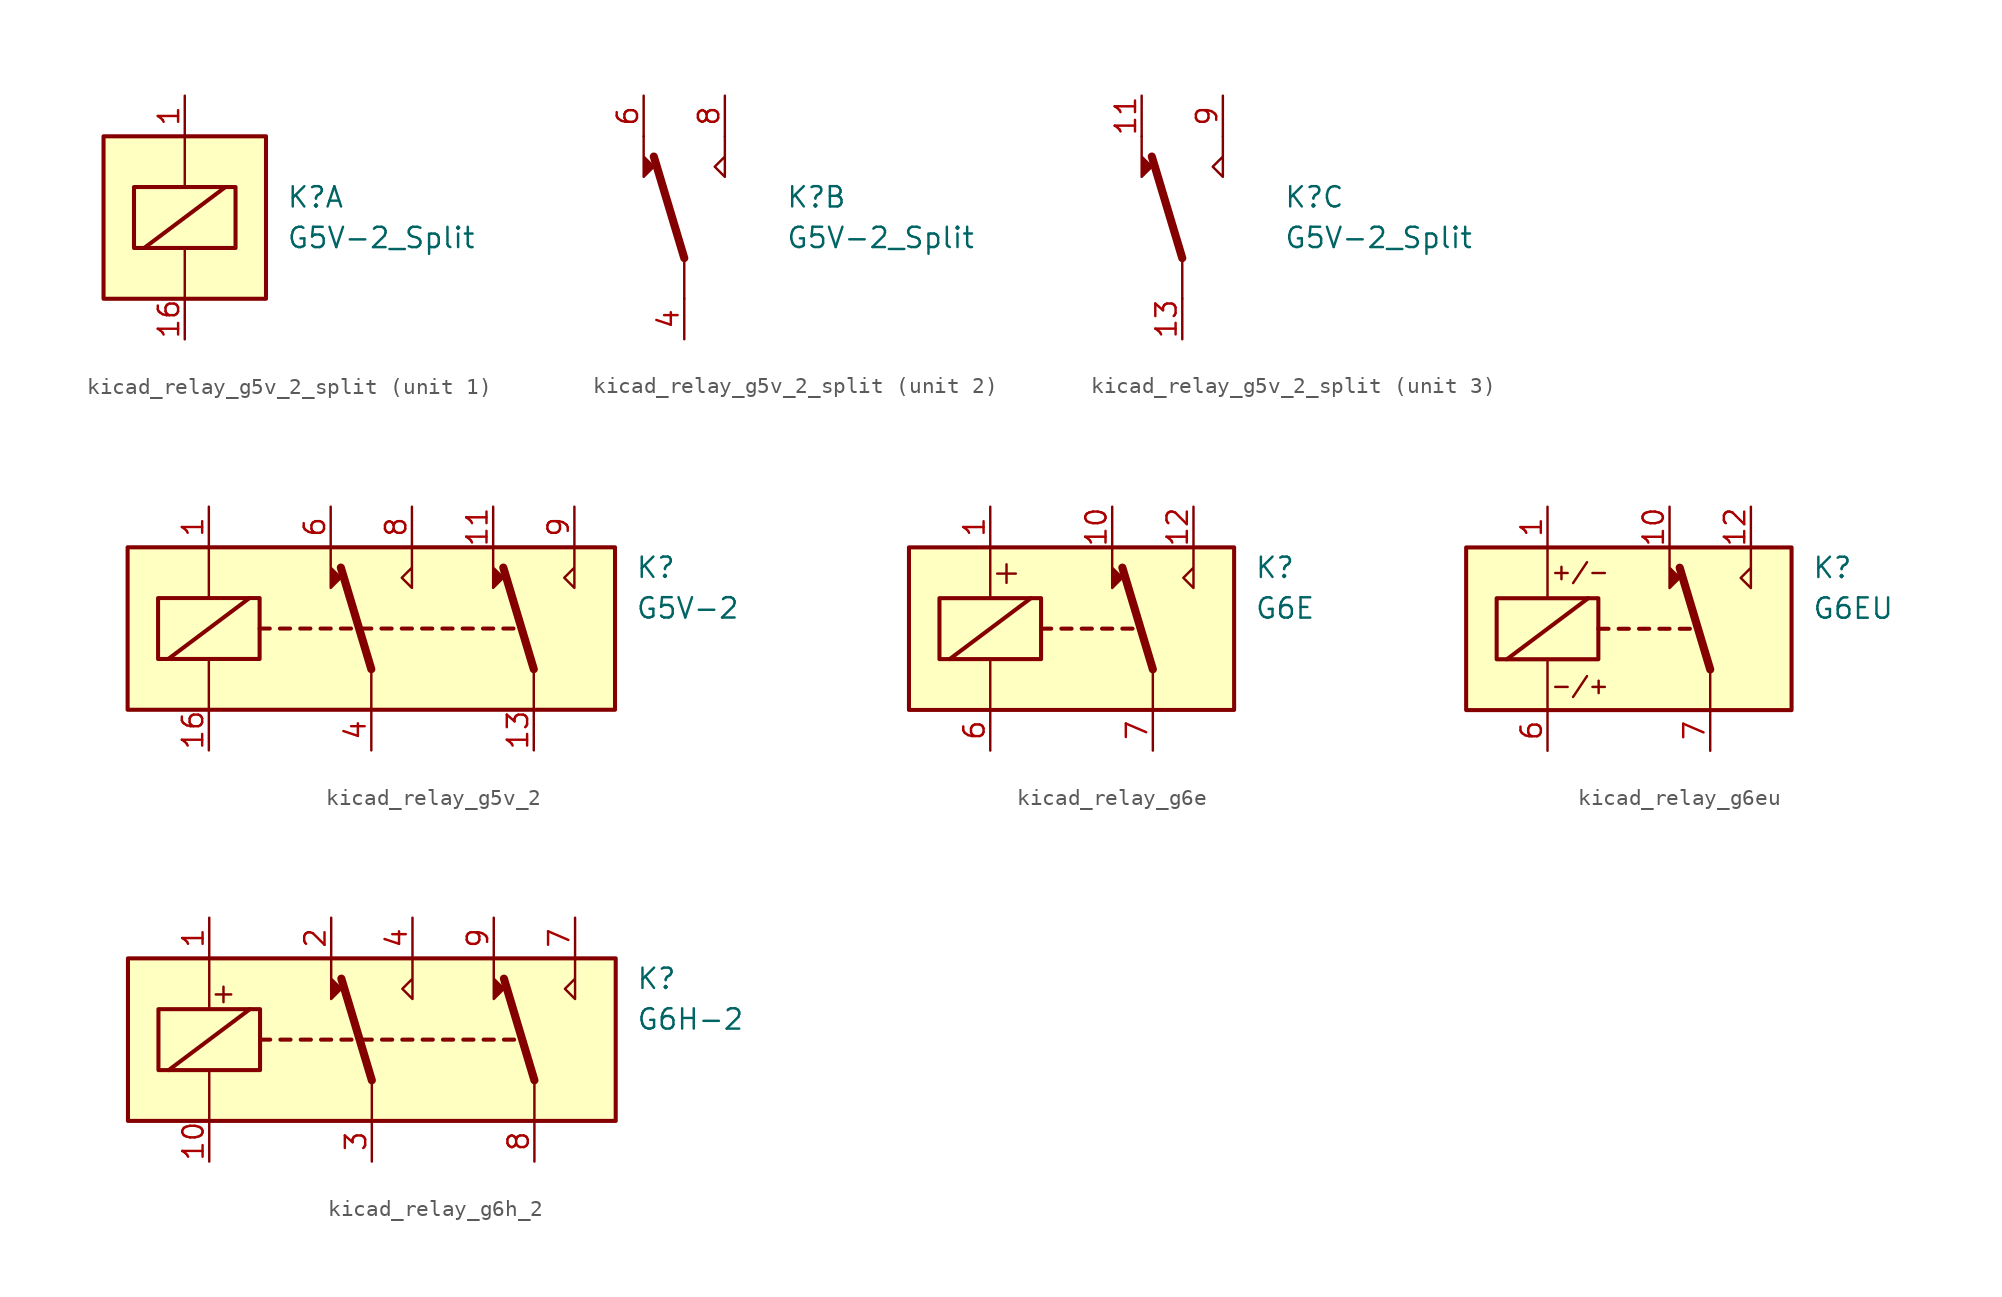
<source format=kicad_sym>
(kicad_symbol_lib
  (version 20220914)
  (generator kicad_symbol_editor)
  (symbol "kicad_relay_g5v_2_split"
    (property "Reference" "K"
      (at 6.35 1.27 0)
      (effects (font (size 1.27 1.27)) (justify left)))
    (property "Value" "G5V-2_Split"
      (at 6.35 -1.27 0)
      (effects (font (size 1.27 1.27)) (justify left)))
    (property "ki_locked" ""
      (at 0 0 0)
      (effects (font (size 1.27 1.27))))
    (symbol "kicad_relay_g5v_2_split_1_1"
      (rectangle (start -5.08 5.08) (end 5.08 -5.08) (stroke (width 0.254) (type default)) (fill (type background)))
      (rectangle (start -3.175 1.905) (end 3.175 -1.905) (stroke (width 0.254) (type default)) (fill (type none)))
      (polyline (pts (xy -2.54 -1.905) (xy 2.54 1.905)) (stroke (width 0.254) (type default)) (fill (type none)))
      (polyline (pts (xy 0 -5.08) (xy 0 -1.905)) (stroke (width 0) (type default)) (fill (type none)))
      (polyline (pts (xy 0 5.08) (xy 0 1.905)) (stroke (width 0) (type default)) (fill (type none)))
      (pin passive line (at 0 7.62 270) (length 2.54) (name "~" (effects (font (size 1.27 1.27)))) (number "1" (effects (font (size 1.27 1.27)))))
      (pin passive line (at 0 -7.62 90) (length 2.54) (name "~" (effects (font (size 1.27 1.27)))) (number "16" (effects (font (size 1.27 1.27))))))
    (symbol "kicad_relay_g5v_2_split_2_1"
      (polyline (pts (xy 0 -2.54) (xy -1.905 3.81)) (stroke (width 0.508) (type default)) (fill (type none)))
      (polyline (pts (xy 0 -2.54) (xy 0 -5.08)) (stroke (width 0) (type default)) (fill (type none)))
      (polyline (pts (xy -2.54 5.08) (xy -2.54 2.54) (xy -1.905 3.175) (xy -2.54 3.81)) (stroke (width 0) (type default)) (fill (type outline)))
      (polyline (pts (xy 2.54 5.08) (xy 2.54 2.54) (xy 1.905 3.175) (xy 2.54 3.81)) (stroke (width 0) (type default)) (fill (type none)))
      (pin passive line (at 0 -7.62 90) (length 2.54) (name "~" (effects (font (size 1.27 1.27)))) (number "4" (effects (font (size 1.27 1.27)))))
      (pin passive line (at -2.54 7.62 270) (length 2.54) (name "~" (effects (font (size 1.27 1.27)))) (number "6" (effects (font (size 1.27 1.27)))))
      (pin passive line (at 2.54 7.62 270) (length 2.54) (name "~" (effects (font (size 1.27 1.27)))) (number "8" (effects (font (size 1.27 1.27))))))
    (symbol "kicad_relay_g5v_2_split_3_1"
      (polyline (pts (xy 0 -2.54) (xy -1.905 3.81)) (stroke (width 0.508) (type default)) (fill (type none)))
      (polyline (pts (xy 0 -2.54) (xy 0 -5.08)) (stroke (width 0) (type default)) (fill (type none)))
      (polyline (pts (xy -2.54 5.08) (xy -2.54 2.54) (xy -1.905 3.175) (xy -2.54 3.81)) (stroke (width 0) (type default)) (fill (type outline)))
      (polyline (pts (xy 2.54 5.08) (xy 2.54 2.54) (xy 1.905 3.175) (xy 2.54 3.81)) (stroke (width 0) (type default)) (fill (type none)))
      (pin passive line (at -2.54 7.62 270) (length 2.54) (name "~" (effects (font (size 1.27 1.27)))) (number "11" (effects (font (size 1.27 1.27)))))
      (pin passive line (at 0 -7.62 90) (length 2.54) (name "~" (effects (font (size 1.27 1.27)))) (number "13" (effects (font (size 1.27 1.27)))))
      (pin passive line (at 2.54 7.62 270) (length 2.54) (name "~" (effects (font (size 1.27 1.27)))) (number "9" (effects (font (size 1.27 1.27)))))))
  (symbol "kicad_relay_g5v_2"
    (property "Reference" "K"
      (at 16.51 3.81 0)
      (effects (font (size 1.27 1.27)) (justify left)))
    (property "Value" "G5V-2"
      (at 16.51 1.27 0)
      (effects (font (size 1.27 1.27)) (justify left)))
    (symbol "kicad_relay_g5v_2_0_1"
      (rectangle (start -15.24 5.08) (end 15.24 -5.08) (stroke (width 0.254) (type default)) (fill (type background)))
      (rectangle (start -13.335 1.905) (end -6.985 -1.905) (stroke (width 0.254) (type default)) (fill (type none)))
      (polyline (pts (xy -12.7 -1.905) (xy -7.62 1.905)) (stroke (width 0.254) (type default)) (fill (type none)))
      (polyline (pts (xy -10.16 -5.08) (xy -10.16 -1.905)) (stroke (width 0) (type default)) (fill (type none)))
      (polyline (pts (xy -10.16 5.08) (xy -10.16 1.905)) (stroke (width 0) (type default)) (fill (type none)))
      (polyline (pts (xy -6.985 0) (xy -6.35 0)) (stroke (width 0.254) (type default)) (fill (type none)))
      (polyline (pts (xy -5.715 0) (xy -5.08 0)) (stroke (width 0.254) (type default)) (fill (type none)))
      (polyline (pts (xy -4.445 0) (xy -3.81 0)) (stroke (width 0.254) (type default)) (fill (type none)))
      (polyline (pts (xy -3.175 0) (xy -2.54 0)) (stroke (width 0.254) (type default)) (fill (type none)))
      (polyline (pts (xy -1.905 0) (xy -1.27 0)) (stroke (width 0.254) (type default)) (fill (type none)))
      (polyline (pts (xy -0.635 0) (xy 0 0)) (stroke (width 0.254) (type default)) (fill (type none)))
      (polyline (pts (xy 0 -2.54) (xy -1.905 3.81)) (stroke (width 0.508) (type default)) (fill (type none)))
      (polyline (pts (xy 0 -2.54) (xy 0 -5.08)) (stroke (width 0) (type default)) (fill (type none)))
      (polyline (pts (xy 0.635 0) (xy 1.27 0)) (stroke (width 0.254) (type default)) (fill (type none)))
      (polyline (pts (xy 1.905 0) (xy 2.54 0)) (stroke (width 0.254) (type default)) (fill (type none)))
      (polyline (pts (xy 3.175 0) (xy 3.81 0)) (stroke (width 0.254) (type default)) (fill (type none)))
      (polyline (pts (xy 4.445 0) (xy 5.08 0)) (stroke (width 0.254) (type default)) (fill (type none)))
      (polyline (pts (xy 5.715 0) (xy 6.35 0)) (stroke (width 0.254) (type default)) (fill (type none)))
      (polyline (pts (xy 6.985 0) (xy 7.62 0)) (stroke (width 0.254) (type default)) (fill (type none)))
      (polyline (pts (xy 8.255 0) (xy 8.89 0)) (stroke (width 0.254) (type default)) (fill (type none)))
      (polyline (pts (xy 10.16 -2.54) (xy 8.255 3.81)) (stroke (width 0.508) (type default)) (fill (type none)))
      (polyline (pts (xy 10.16 -2.54) (xy 10.16 -5.08)) (stroke (width 0) (type default)) (fill (type none)))
      (polyline (pts (xy -2.54 5.08) (xy -2.54 2.54) (xy -1.905 3.175) (xy -2.54 3.81)) (stroke (width 0) (type default)) (fill (type outline)))
      (polyline (pts (xy 2.54 5.08) (xy 2.54 2.54) (xy 1.905 3.175) (xy 2.54 3.81)) (stroke (width 0) (type default)) (fill (type none)))
      (polyline (pts (xy 7.62 5.08) (xy 7.62 2.54) (xy 8.255 3.175) (xy 7.62 3.81)) (stroke (width 0) (type default)) (fill (type outline)))
      (polyline (pts (xy 12.7 5.08) (xy 12.7 2.54) (xy 12.065 3.175) (xy 12.7 3.81)) (stroke (width 0) (type default)) (fill (type none))))
    (symbol "kicad_relay_g5v_2_1_1"
      (pin passive line (at -10.16 7.62 270) (length 2.54) (name "~" (effects (font (size 1.27 1.27)))) (number "1" (effects (font (size 1.27 1.27)))))
      (pin passive line (at 7.62 7.62 270) (length 2.54) (name "~" (effects (font (size 1.27 1.27)))) (number "11" (effects (font (size 1.27 1.27)))))
      (pin passive line (at 10.16 -7.62 90) (length 2.54) (name "~" (effects (font (size 1.27 1.27)))) (number "13" (effects (font (size 1.27 1.27)))))
      (pin passive line (at -10.16 -7.62 90) (length 2.54) (name "~" (effects (font (size 1.27 1.27)))) (number "16" (effects (font (size 1.27 1.27)))))
      (pin passive line (at 0 -7.62 90) (length 2.54) (name "~" (effects (font (size 1.27 1.27)))) (number "4" (effects (font (size 1.27 1.27)))))
      (pin passive line (at -2.54 7.62 270) (length 2.54) (name "~" (effects (font (size 1.27 1.27)))) (number "6" (effects (font (size 1.27 1.27)))))
      (pin passive line (at 2.54 7.62 270) (length 2.54) (name "~" (effects (font (size 1.27 1.27)))) (number "8" (effects (font (size 1.27 1.27)))))
      (pin passive line (at 12.7 7.62 270) (length 2.54) (name "~" (effects (font (size 1.27 1.27)))) (number "9" (effects (font (size 1.27 1.27)))))))
  (symbol "kicad_relay_g6e"
    (property "Reference" "K"
      (at 11.43 3.81 0)
      (effects (font (size 1.27 1.27)) (justify left)))
    (property "Value" "G6E"
      (at 11.43 1.27 0)
      (effects (font (size 1.27 1.27)) (justify left)))
    (symbol "kicad_relay_g6e_0_0"
      (polyline (pts (xy 7.62 5.08) (xy 7.62 2.54) (xy 6.985 3.175) (xy 7.62 3.81)) (stroke (width 0) (type default)) (fill (type none)))
      (text "+" (at -4.064 3.556 0) (effects (font (size 1.524 1.524)))))
    (symbol "kicad_relay_g6e_0_1"
      (rectangle (start -10.16 5.08) (end 10.16 -5.08) (stroke (width 0.254) (type default)) (fill (type background)))
      (rectangle (start -8.255 1.905) (end -1.905 -1.905) (stroke (width 0.254) (type default)) (fill (type none)))
      (polyline (pts (xy -7.62 -1.905) (xy -2.54 1.905)) (stroke (width 0.254) (type default)) (fill (type none)))
      (polyline (pts (xy -5.08 -5.08) (xy -5.08 -1.905)) (stroke (width 0) (type default)) (fill (type none)))
      (polyline (pts (xy -5.08 5.08) (xy -5.08 1.905)) (stroke (width 0) (type default)) (fill (type none)))
      (polyline (pts (xy -1.905 0) (xy -1.27 0)) (stroke (width 0.254) (type default)) (fill (type none)))
      (polyline (pts (xy -0.635 0) (xy 0 0)) (stroke (width 0.254) (type default)) (fill (type none)))
      (polyline (pts (xy 0.635 0) (xy 1.27 0)) (stroke (width 0.254) (type default)) (fill (type none)))
      (polyline (pts (xy 1.905 0) (xy 2.54 0)) (stroke (width 0.254) (type default)) (fill (type none)))
      (polyline (pts (xy 3.175 0) (xy 3.81 0)) (stroke (width 0.254) (type default)) (fill (type none)))
      (polyline (pts (xy 5.08 -2.54) (xy 3.175 3.81)) (stroke (width 0.508) (type default)) (fill (type none)))
      (polyline (pts (xy 5.08 -2.54) (xy 5.08 -5.08)) (stroke (width 0) (type default)) (fill (type none)))
      (polyline (pts (xy 2.54 5.08) (xy 2.54 2.54) (xy 3.175 3.175) (xy 2.54 3.81)) (stroke (width 0) (type default)) (fill (type outline))))
    (symbol "kicad_relay_g6e_1_1"
      (pin passive line (at -5.08 7.62 270) (length 2.54) (name "~" (effects (font (size 1.27 1.27)))) (number "1" (effects (font (size 1.27 1.27)))))
      (pin passive line (at 2.54 7.62 270) (length 2.54) (name "~" (effects (font (size 1.27 1.27)))) (number "10" (effects (font (size 1.27 1.27)))))
      (pin passive line (at 7.62 7.62 270) (length 2.54) (name "~" (effects (font (size 1.27 1.27)))) (number "12" (effects (font (size 1.27 1.27)))))
      (pin passive line (at -5.08 -7.62 90) (length 2.54) (name "~" (effects (font (size 1.27 1.27)))) (number "6" (effects (font (size 1.27 1.27)))))
      (pin passive line (at 5.08 -7.62 90) (length 2.54) (name "~" (effects (font (size 1.27 1.27)))) (number "7" (effects (font (size 1.27 1.27)))))))
  (symbol "kicad_relay_g6eu"
    (property "Reference" "K"
      (at 11.43 3.81 0)
      (effects (font (size 1.27 1.27)) (justify left)))
    (property "Value" "G6EU"
      (at 11.43 1.27 0)
      (effects (font (size 1.27 1.27)) (justify left)))
    (symbol "kicad_relay_g6eu_0_0"
      (polyline (pts (xy 7.62 5.08) (xy 7.62 2.54) (xy 6.985 3.175) (xy 7.62 3.81)) (stroke (width 0) (type default)) (fill (type none)))
      (text "+/-" (at -3.048 3.556 0) (effects (font (size 1.016 1.016))))
      (text "-/+" (at -3.048 -3.556 0) (effects (font (size 1.016 1.016)))))
    (symbol "kicad_relay_g6eu_0_1"
      (rectangle (start -10.16 5.08) (end 10.16 -5.08) (stroke (width 0.254) (type default)) (fill (type background)))
      (rectangle (start -8.255 1.905) (end -1.905 -1.905) (stroke (width 0.254) (type default)) (fill (type none)))
      (polyline (pts (xy -7.62 -1.905) (xy -2.54 1.905)) (stroke (width 0.254) (type default)) (fill (type none)))
      (polyline (pts (xy -5.08 -5.08) (xy -5.08 -1.905)) (stroke (width 0) (type default)) (fill (type none)))
      (polyline (pts (xy -5.08 5.08) (xy -5.08 1.905)) (stroke (width 0) (type default)) (fill (type none)))
      (polyline (pts (xy -1.905 0) (xy -1.27 0)) (stroke (width 0.254) (type default)) (fill (type none)))
      (polyline (pts (xy -0.635 0) (xy 0 0)) (stroke (width 0.254) (type default)) (fill (type none)))
      (polyline (pts (xy 0.635 0) (xy 1.27 0)) (stroke (width 0.254) (type default)) (fill (type none)))
      (polyline (pts (xy 1.905 0) (xy 2.54 0)) (stroke (width 0.254) (type default)) (fill (type none)))
      (polyline (pts (xy 3.175 0) (xy 3.81 0)) (stroke (width 0.254) (type default)) (fill (type none)))
      (polyline (pts (xy 5.08 -2.54) (xy 3.175 3.81)) (stroke (width 0.508) (type default)) (fill (type none)))
      (polyline (pts (xy 5.08 -2.54) (xy 5.08 -5.08)) (stroke (width 0) (type default)) (fill (type none)))
      (polyline (pts (xy 2.54 5.08) (xy 2.54 2.54) (xy 3.175 3.175) (xy 2.54 3.81)) (stroke (width 0) (type default)) (fill (type outline))))
    (symbol "kicad_relay_g6eu_1_1"
      (pin passive line (at -5.08 7.62 270) (length 2.54) (name "~" (effects (font (size 1.27 1.27)))) (number "1" (effects (font (size 1.27 1.27)))))
      (pin passive line (at 2.54 7.62 270) (length 2.54) (name "~" (effects (font (size 1.27 1.27)))) (number "10" (effects (font (size 1.27 1.27)))))
      (pin passive line (at 7.62 7.62 270) (length 2.54) (name "~" (effects (font (size 1.27 1.27)))) (number "12" (effects (font (size 1.27 1.27)))))
      (pin passive line (at -5.08 -7.62 90) (length 2.54) (name "~" (effects (font (size 1.27 1.27)))) (number "6" (effects (font (size 1.27 1.27)))))
      (pin passive line (at 5.08 -7.62 90) (length 2.54) (name "~" (effects (font (size 1.27 1.27)))) (number "7" (effects (font (size 1.27 1.27)))))))
  (symbol "kicad_relay_g6h_2"
    (property "Reference" "K"
      (at 16.51 3.81 0)
      (effects (font (size 1.27 1.27)) (justify left)))
    (property "Value" "G6H-2"
      (at 16.51 1.27 0)
      (effects (font (size 1.27 1.27)) (justify left)))
    (symbol "kicad_relay_g6h_2_0_0"
      (text "+" (at -9.271 2.921 0) (effects (font (size 1.27 1.27)))))
    (symbol "kicad_relay_g6h_2_0_1"
      (rectangle (start -15.24 5.08) (end 15.24 -5.08) (stroke (width 0.254) (type default)) (fill (type background)))
      (rectangle (start -13.335 1.905) (end -6.985 -1.905) (stroke (width 0.254) (type default)) (fill (type none)))
      (polyline (pts (xy -12.7 -1.905) (xy -7.62 1.905)) (stroke (width 0.254) (type default)) (fill (type none)))
      (polyline (pts (xy -10.16 -5.08) (xy -10.16 -1.905)) (stroke (width 0) (type default)) (fill (type none)))
      (polyline (pts (xy -10.16 5.08) (xy -10.16 1.905)) (stroke (width 0) (type default)) (fill (type none)))
      (polyline (pts (xy -6.985 0) (xy -6.35 0)) (stroke (width 0.254) (type default)) (fill (type none)))
      (polyline (pts (xy -5.715 0) (xy -5.08 0)) (stroke (width 0.254) (type default)) (fill (type none)))
      (polyline (pts (xy -4.445 0) (xy -3.81 0)) (stroke (width 0.254) (type default)) (fill (type none)))
      (polyline (pts (xy -3.175 0) (xy -2.54 0)) (stroke (width 0.254) (type default)) (fill (type none)))
      (polyline (pts (xy -1.905 0) (xy -1.27 0)) (stroke (width 0.254) (type default)) (fill (type none)))
      (polyline (pts (xy -0.635 0) (xy 0 0)) (stroke (width 0.254) (type default)) (fill (type none)))
      (polyline (pts (xy 0 -2.54) (xy -1.905 3.81)) (stroke (width 0.508) (type default)) (fill (type none)))
      (polyline (pts (xy 0 -2.54) (xy 0 -5.08)) (stroke (width 0) (type default)) (fill (type none)))
      (polyline (pts (xy 0.635 0) (xy 1.27 0)) (stroke (width 0.254) (type default)) (fill (type none)))
      (polyline (pts (xy 1.905 0) (xy 2.54 0)) (stroke (width 0.254) (type default)) (fill (type none)))
      (polyline (pts (xy 3.175 0) (xy 3.81 0)) (stroke (width 0.254) (type default)) (fill (type none)))
      (polyline (pts (xy 4.445 0) (xy 5.08 0)) (stroke (width 0.254) (type default)) (fill (type none)))
      (polyline (pts (xy 5.715 0) (xy 6.35 0)) (stroke (width 0.254) (type default)) (fill (type none)))
      (polyline (pts (xy 6.985 0) (xy 7.62 0)) (stroke (width 0.254) (type default)) (fill (type none)))
      (polyline (pts (xy 8.255 0) (xy 8.89 0)) (stroke (width 0.254) (type default)) (fill (type none)))
      (polyline (pts (xy 10.16 -2.54) (xy 8.255 3.81)) (stroke (width 0.508) (type default)) (fill (type none)))
      (polyline (pts (xy 10.16 -2.54) (xy 10.16 -5.08)) (stroke (width 0) (type default)) (fill (type none)))
      (polyline (pts (xy -2.54 5.08) (xy -2.54 2.54) (xy -1.905 3.175) (xy -2.54 3.81)) (stroke (width 0) (type default)) (fill (type outline)))
      (polyline (pts (xy 2.54 5.08) (xy 2.54 2.54) (xy 1.905 3.175) (xy 2.54 3.81)) (stroke (width 0) (type default)) (fill (type none)))
      (polyline (pts (xy 7.62 5.08) (xy 7.62 2.54) (xy 8.255 3.175) (xy 7.62 3.81)) (stroke (width 0) (type default)) (fill (type outline)))
      (polyline (pts (xy 12.7 5.08) (xy 12.7 2.54) (xy 12.065 3.175) (xy 12.7 3.81)) (stroke (width 0) (type default)) (fill (type none))))
    (symbol "kicad_relay_g6h_2_1_1"
      (pin passive line (at -10.16 7.62 270) (length 2.54) (name "~" (effects (font (size 1.27 1.27)))) (number "1" (effects (font (size 1.27 1.27)))))
      (pin passive line (at -10.16 -7.62 90) (length 2.54) (name "~" (effects (font (size 1.27 1.27)))) (number "10" (effects (font (size 1.27 1.27)))))
      (pin passive line (at -2.54 7.62 270) (length 2.54) (name "~" (effects (font (size 1.27 1.27)))) (number "2" (effects (font (size 1.27 1.27)))))
      (pin passive line (at 0 -7.62 90) (length 2.54) (name "~" (effects (font (size 1.27 1.27)))) (number "3" (effects (font (size 1.27 1.27)))))
      (pin passive line (at 2.54 7.62 270) (length 2.54) (name "~" (effects (font (size 1.27 1.27)))) (number "4" (effects (font (size 1.27 1.27)))))
      (pin no_connect line (at 5.08 -5.08 90) (length 2.54) hide (name "NC" (effects (font (size 1.27 1.27)))) (number "5" (effects (font (size 1.27 1.27)))))
      (pin no_connect line (at 2.54 -5.08 90) (length 2.54) hide (name "NC" (effects (font (size 1.27 1.27)))) (number "6" (effects (font (size 1.27 1.27)))))
      (pin passive line (at 12.7 7.62 270) (length 2.54) (name "~" (effects (font (size 1.27 1.27)))) (number "7" (effects (font (size 1.27 1.27)))))
      (pin passive line (at 10.16 -7.62 90) (length 2.54) (name "~" (effects (font (size 1.27 1.27)))) (number "8" (effects (font (size 1.27 1.27)))))
      (pin passive line (at 7.62 7.62 270) (length 2.54) (name "~" (effects (font (size 1.27 1.27)))) (number "9" (effects (font (size 1.27 1.27))))))))
</source>
